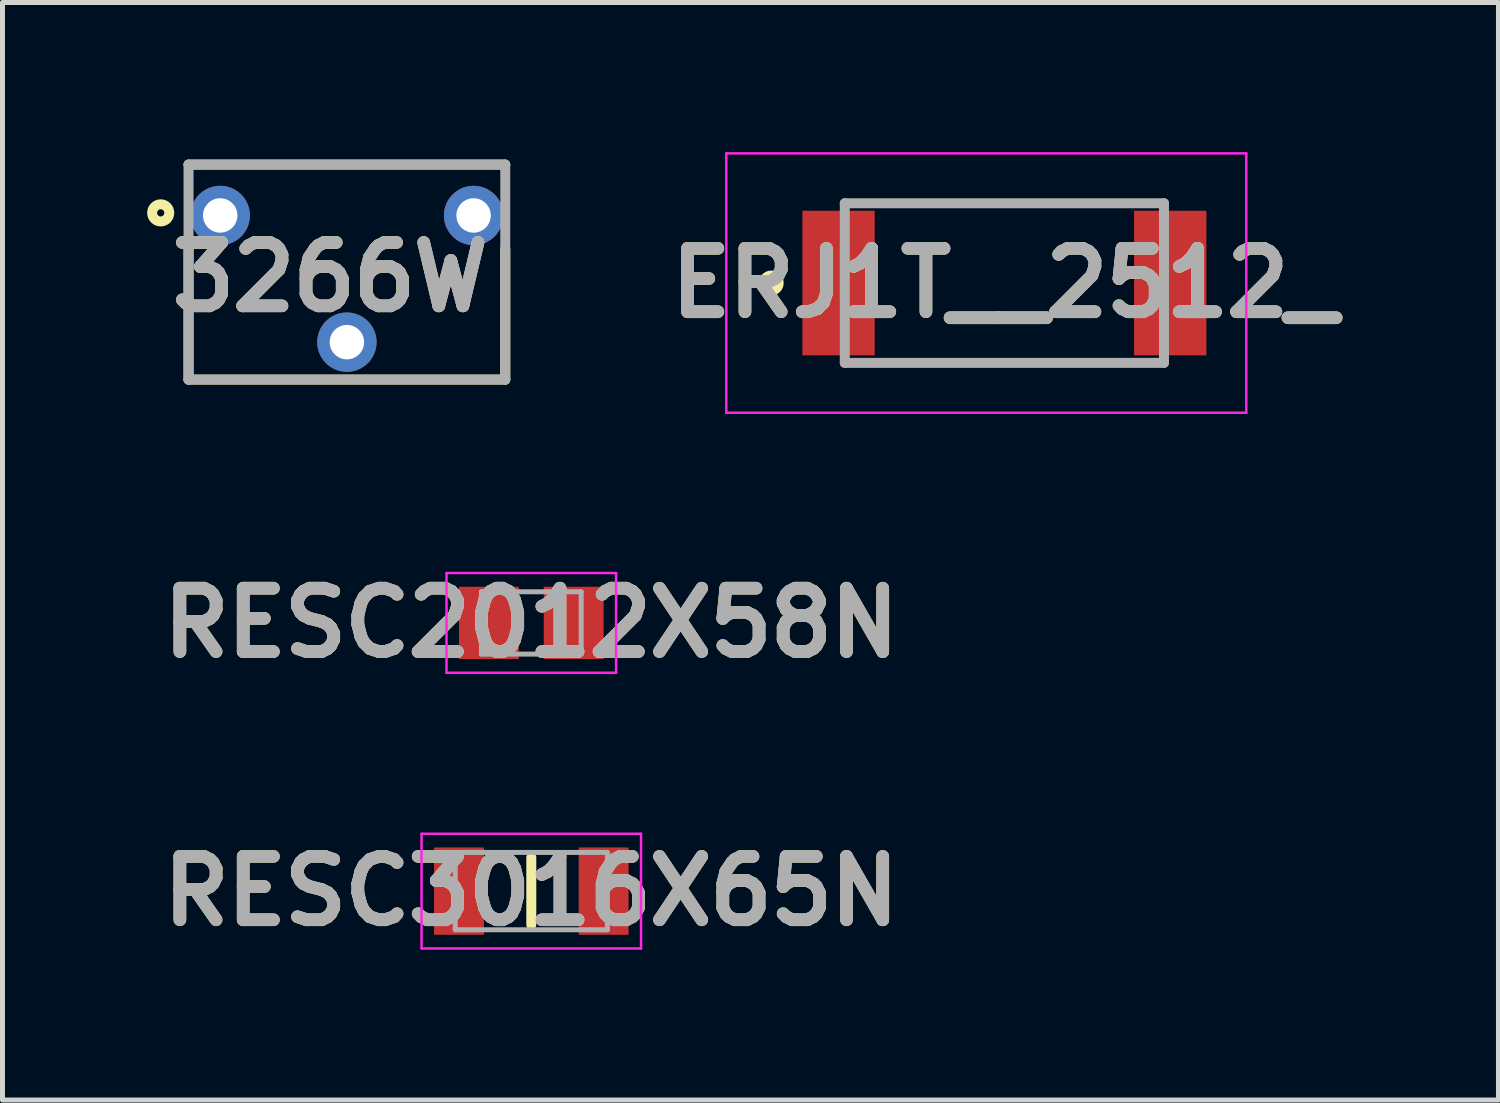
<source format=kicad_pcb>
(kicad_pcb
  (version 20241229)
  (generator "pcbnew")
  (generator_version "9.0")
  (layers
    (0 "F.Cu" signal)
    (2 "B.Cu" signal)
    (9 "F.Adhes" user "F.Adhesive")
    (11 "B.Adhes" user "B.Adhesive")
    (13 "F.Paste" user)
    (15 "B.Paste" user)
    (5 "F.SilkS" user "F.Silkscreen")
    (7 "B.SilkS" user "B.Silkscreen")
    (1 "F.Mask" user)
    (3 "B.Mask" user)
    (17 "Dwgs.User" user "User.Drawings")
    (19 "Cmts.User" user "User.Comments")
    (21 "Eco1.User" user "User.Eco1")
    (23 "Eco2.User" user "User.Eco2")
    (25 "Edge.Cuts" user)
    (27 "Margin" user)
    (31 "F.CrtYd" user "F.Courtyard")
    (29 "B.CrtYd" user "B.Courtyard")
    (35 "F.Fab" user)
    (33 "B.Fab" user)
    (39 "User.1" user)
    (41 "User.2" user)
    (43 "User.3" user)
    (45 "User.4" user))
  (footprint "3266W"
    (layer "F.Cu")
    (at 3.905 0.25)
    (property "Reference" "3266W" (at -0.335 2.257 0) (layer "F.SilkS") (effects (font (size 1.27 1.27) (thickness 0.254))))
    (attr through_hole)
    (fp_line (start -3.175 0) (end 3.175 0) (stroke (width 0.2) (type solid)) (layer "F.SilkS"))
    (fp_line (start -3.175 4.31) (end -3.175 1.69) (stroke (width 0.2) (type solid)) (layer "F.SilkS"))
    (fp_line (start -3.175 4.31) (end 3.175 4.31) (stroke (width 0.2) (type solid)) (layer "F.SilkS"))
    (fp_line (start 3.175 4.31) (end 3.175 1.69) (stroke (width 0.2) (type solid)) (layer "F.SilkS"))
    (fp_circle (center -3.733 0.968) (end -3.733 1.04) (stroke (width 0.2) (type solid)) (fill no) (layer "F.SilkS"))
    (fp_line (start -3.175 0) (end 3.175 0) (stroke (width 0.2) (type solid)) (layer "F.Fab"))
    (fp_line (start -3.175 4.31) (end -3.175 0) (stroke (width 0.2) (type solid)) (layer "F.Fab"))
    (fp_line (start 3.175 0) (end 3.175 4.31) (stroke (width 0.2) (type solid)) (layer "F.Fab"))
    (fp_line (start 3.175 4.31) (end -3.175 4.31) (stroke (width 0.2) (type solid)) (layer "F.Fab"))
    (fp_text user "${REFERENCE}" (at -0.335 2.257 0) (layer "F.Fab") (effects (font (size 1.27 1.27) (thickness 0.254))))
    (pad "1" thru_hole circle (at -2.54 1.02) (size 1.19 1.19) (drill 0.69) (layers "*.Cu" "*.Mask"))
    (pad "2" thru_hole circle (at 0 3.56) (size 1.19 1.19) (drill 0.69) (layers "*.Cu" "*.Mask"))
    (pad "3" thru_hole circle (at 2.54 1.02) (size 1.19 1.19) (drill 0.69) (layers "*.Cu" "*.Mask")))
  (footprint "RESC2012X58N"
    (layer "F.Cu")
    (at 7.602 9.439)
    (property "Reference" "RESC2012X58N" (at 0 0 0) (layer "F.SilkS") (effects (font (size 1.27 1.27) (thickness 0.254))))
    (attr smd)
    (fp_line (start -1.7 -1) (end 1.7 -1) (stroke (width 0.05) (type solid)) (layer "F.CrtYd"))
    (fp_line (start -1.7 1) (end -1.7 -1) (stroke (width 0.05) (type solid)) (layer "F.CrtYd"))
    (fp_line (start 1.7 -1) (end 1.7 1) (stroke (width 0.05) (type solid)) (layer "F.CrtYd"))
    (fp_line (start 1.7 1) (end -1.7 1) (stroke (width 0.05) (type solid)) (layer "F.CrtYd"))
    (fp_line (start -1 -0.625) (end 1 -0.625) (stroke (width 0.1) (type solid)) (layer "F.Fab"))
    (fp_line (start -1 0.625) (end -1 -0.625) (stroke (width 0.1) (type solid)) (layer "F.Fab"))
    (fp_line (start 1 -0.625) (end 1 0.625) (stroke (width 0.1) (type solid)) (layer "F.Fab"))
    (fp_line (start 1 0.625) (end -1 0.625) (stroke (width 0.1) (type solid)) (layer "F.Fab"))
    (fp_text user "${REFERENCE}" (at 0 0 0) (layer "F.Fab") (effects (font (size 1.27 1.27) (thickness 0.254))))
    (pad "1" smd rect (at -0.85 0) (size 1.2 1.45) (layers "F.Cu" "F.Mask" "F.Paste"))
    (pad "2" smd rect (at 0.85 0) (size 1.2 1.45) (layers "F.Cu" "F.Mask" "F.Paste")))
  (footprint "RESC3016X65N"
    (layer "F.Cu")
    (at 7.602 14.816)
    (property "Reference" "RESC3016X65N" (at 0 0 0) (layer "F.SilkS") (effects (font (size 1.27 1.27) (thickness 0.254))))
    (attr smd)
    (fp_line (start 0 -0.675) (end 0 0.675) (stroke (width 0.2) (type solid)) (layer "F.SilkS"))
    (fp_line (start -2.2 -1.15) (end 2.2 -1.15) (stroke (width 0.05) (type solid)) (layer "F.CrtYd"))
    (fp_line (start -2.2 1.15) (end -2.2 -1.15) (stroke (width 0.05) (type solid)) (layer "F.CrtYd"))
    (fp_line (start 2.2 -1.15) (end 2.2 1.15) (stroke (width 0.05) (type solid)) (layer "F.CrtYd"))
    (fp_line (start 2.2 1.15) (end -2.2 1.15) (stroke (width 0.05) (type solid)) (layer "F.CrtYd"))
    (fp_line (start -1.525 -0.775) (end 1.525 -0.775) (stroke (width 0.1) (type solid)) (layer "F.Fab"))
    (fp_line (start -1.525 0.775) (end -1.525 -0.775) (stroke (width 0.1) (type solid)) (layer "F.Fab"))
    (fp_line (start 1.525 -0.775) (end 1.525 0.775) (stroke (width 0.1) (type solid)) (layer "F.Fab"))
    (fp_line (start 1.525 0.775) (end -1.525 0.775) (stroke (width 0.1) (type solid)) (layer "F.Fab"))
    (fp_text user "${REFERENCE}" (at 0 0 0) (layer "F.Fab") (effects (font (size 1.27 1.27) (thickness 0.254))))
    (pad "1" smd rect (at -1.45 0) (size 1 1.75) (layers "F.Cu" "F.Mask" "F.Paste"))
    (pad "2" smd rect (at 1.45 0) (size 1 1.75) (layers "F.Cu" "F.Mask" "F.Paste")))
  (footprint "ERJ1T__2512_"
    (layer "F.Cu")
    (at 17.087 2.625)
    (property "Reference" "ERJ1T__2512_" (at 0 0 0) (layer "F.SilkS") (effects (font (size 1.27 1.27) (thickness 0.254))))
    (attr smd)
    (fp_circle (center -4.675 0) (end -4.675 0.05) (stroke (width 0.2) (type solid)) (fill no) (layer "F.SilkS"))
    (fp_line (start -5.575 -2.6) (end 4.85 -2.6) (stroke (width 0.05) (type solid)) (layer "F.CrtYd"))
    (fp_line (start -5.575 2.6) (end -5.575 -2.6) (stroke (width 0.05) (type solid)) (layer "F.CrtYd"))
    (fp_line (start 4.85 -2.6) (end 4.85 2.6) (stroke (width 0.05) (type solid)) (layer "F.CrtYd"))
    (fp_line (start 4.85 2.6) (end -5.575 2.6) (stroke (width 0.05) (type solid)) (layer "F.CrtYd"))
    (fp_line (start -3.2 -1.6) (end 3.2 -1.6) (stroke (width 0.2) (type solid)) (layer "F.Fab"))
    (fp_line (start -3.2 1.6) (end -3.2 -1.6) (stroke (width 0.2) (type solid)) (layer "F.Fab"))
    (fp_line (start 3.2 -1.6) (end 3.2 1.6) (stroke (width 0.2) (type solid)) (layer "F.Fab"))
    (fp_line (start 3.2 1.6) (end -3.2 1.6) (stroke (width 0.2) (type solid)) (layer "F.Fab"))
    (fp_text user "${REFERENCE}" (at 0 0 0) (layer "F.Fab") (effects (font (size 1.27 1.27) (thickness 0.254))))
    (pad "1" smd rect (at -3.325 0) (size 1.45 2.9) (layers "F.Cu" "F.Mask" "F.Paste"))
    (pad "2" smd rect (at 3.325 0) (size 1.45 2.9) (layers "F.Cu" "F.Mask" "F.Paste")))
  (gr_rect
    (start -3 -3)
    (end 26.993 19.005)
    (stroke (width 0.1) (type default))
    (fill no)
    (layer "Edge.Cuts")))
</source>
